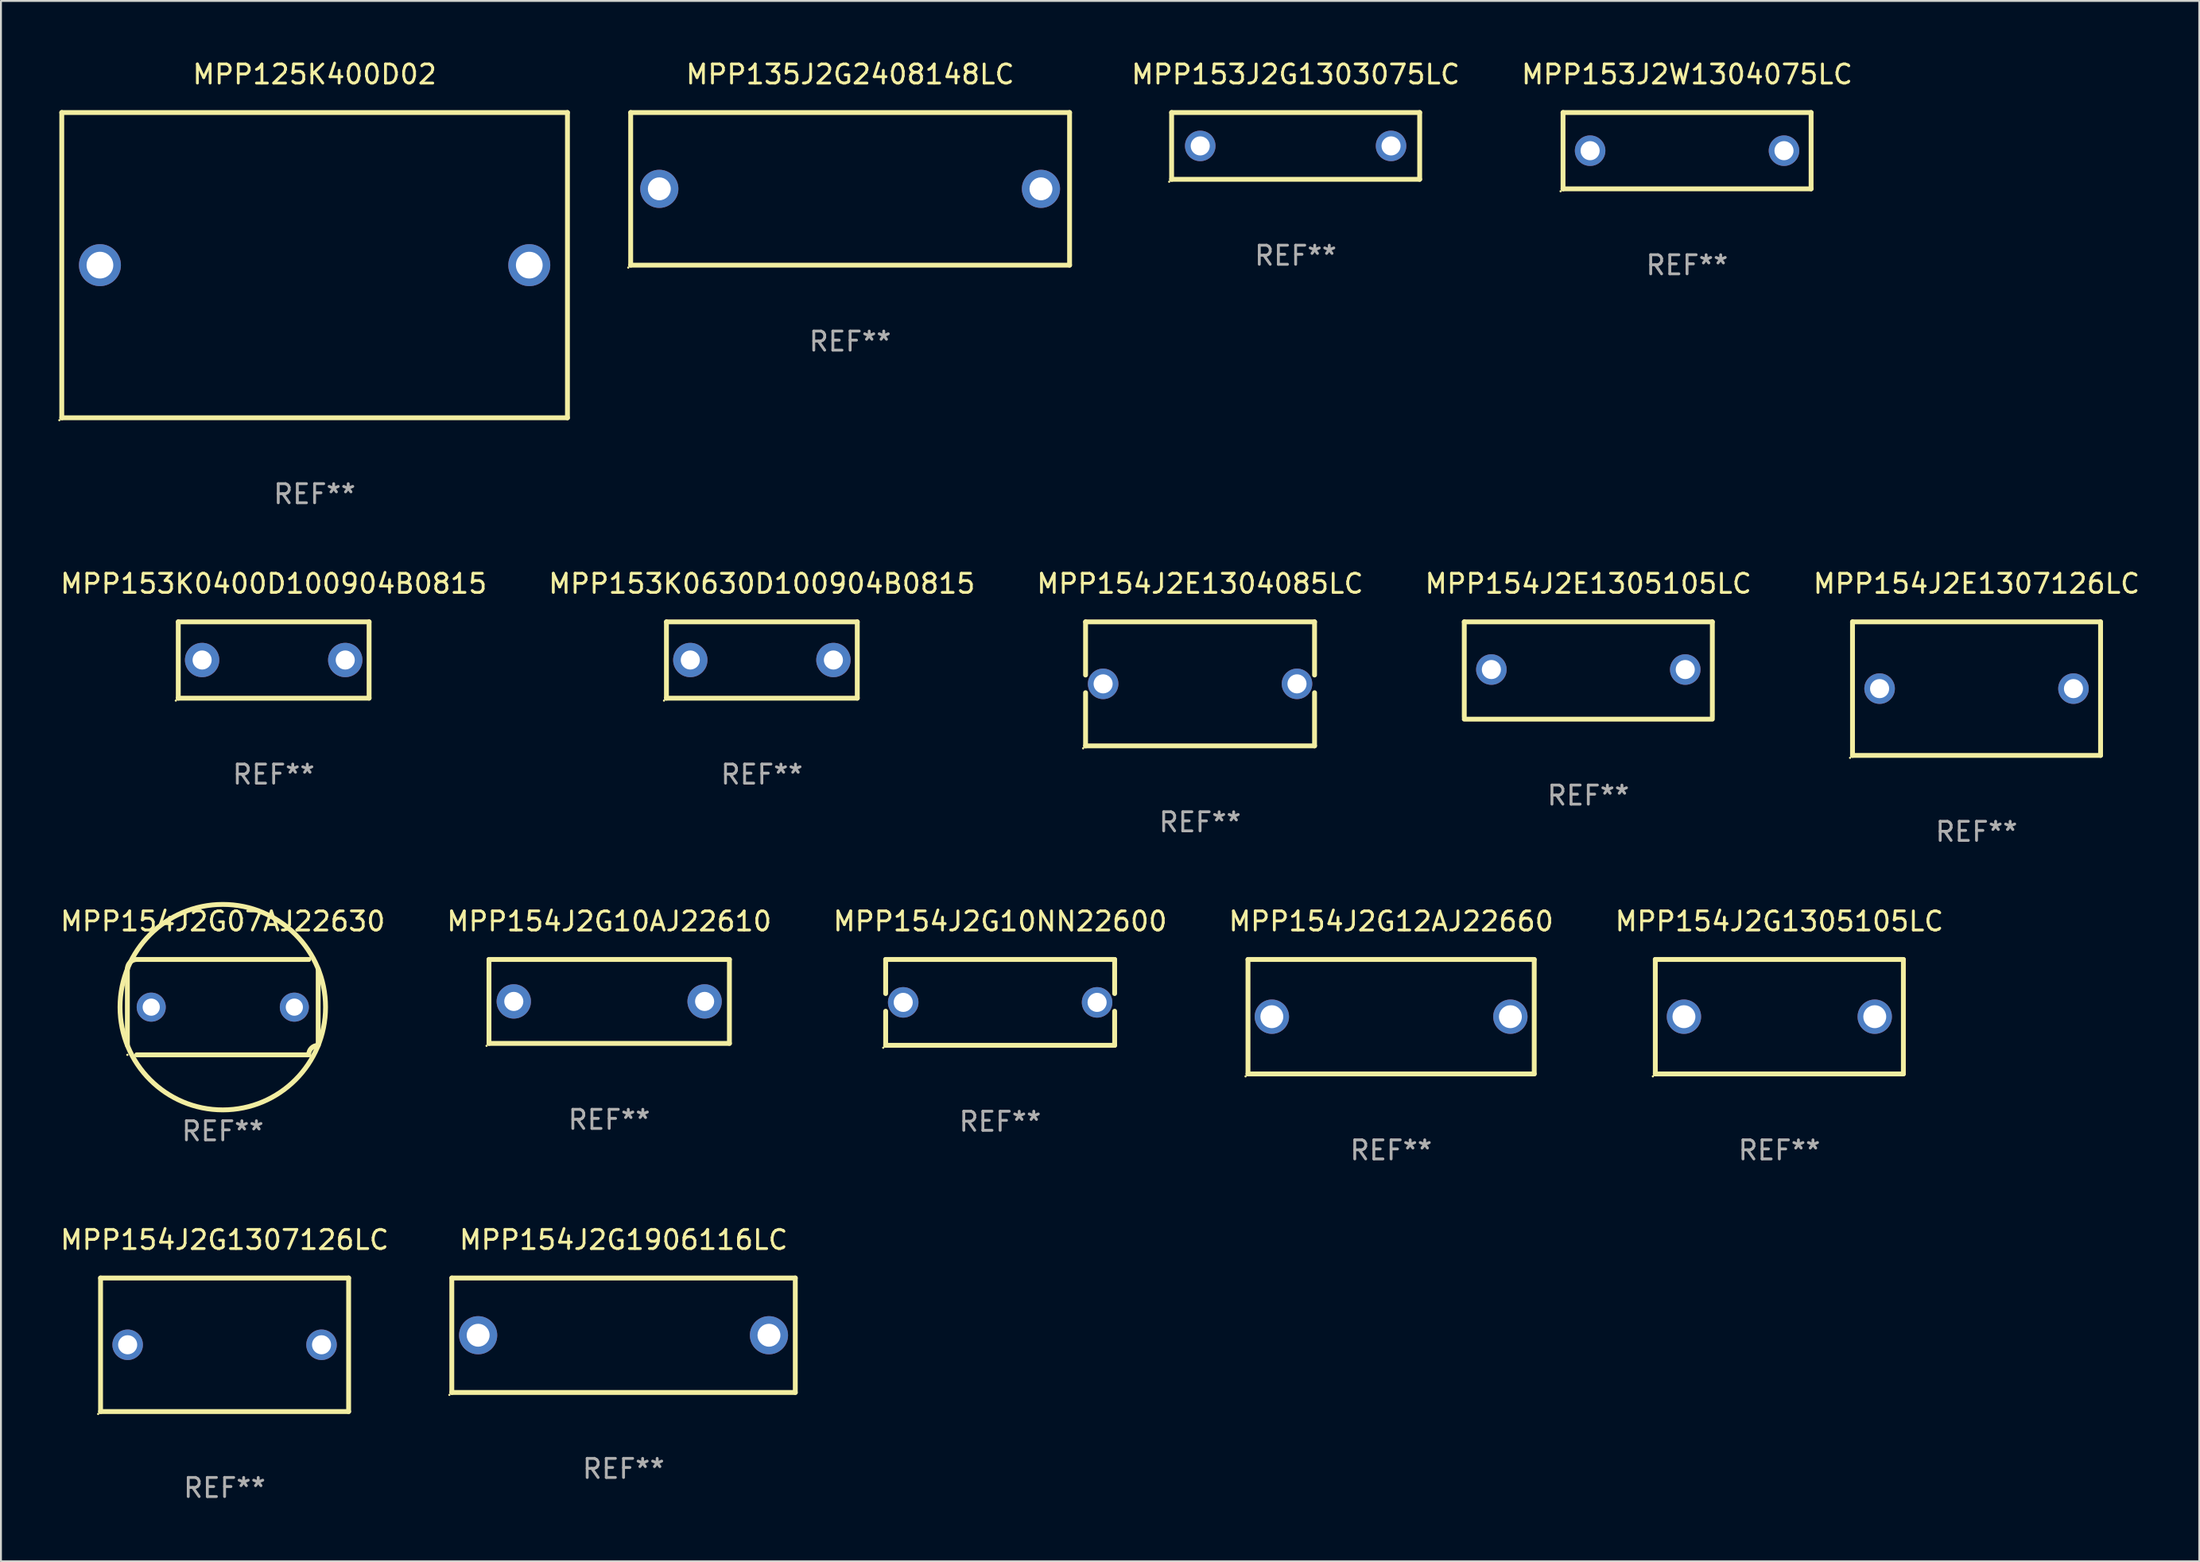
<source format=kicad_pcb>
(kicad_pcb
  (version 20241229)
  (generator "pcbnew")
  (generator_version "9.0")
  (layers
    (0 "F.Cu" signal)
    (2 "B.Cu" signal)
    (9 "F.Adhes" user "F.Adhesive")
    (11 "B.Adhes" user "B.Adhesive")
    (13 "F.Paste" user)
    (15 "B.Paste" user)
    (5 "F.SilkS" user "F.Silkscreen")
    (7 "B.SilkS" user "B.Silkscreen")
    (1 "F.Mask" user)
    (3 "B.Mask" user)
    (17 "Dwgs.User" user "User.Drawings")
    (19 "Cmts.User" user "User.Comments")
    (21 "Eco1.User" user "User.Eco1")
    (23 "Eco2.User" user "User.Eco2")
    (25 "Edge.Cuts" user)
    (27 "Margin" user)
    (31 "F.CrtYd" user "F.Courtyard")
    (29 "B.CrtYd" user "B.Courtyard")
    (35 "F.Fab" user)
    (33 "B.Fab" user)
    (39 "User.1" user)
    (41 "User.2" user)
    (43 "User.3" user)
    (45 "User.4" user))
  (footprint "MPP154J2G12AJ22660"
    (layer "F.Cu")
    (at 69.851 50.241)
    (property "Reference" "MPP154J2G12AJ22660" (at 0 -5 0) (layer "F.SilkS") (effects (font (size 1 1) (thickness 0.15))))
    (attr through_hole)
    (fp_line (start -7.5 -3) (end 7.5 -3) (stroke (width 0.254) (type solid)) (layer "F.SilkS"))
    (fp_line (start -7.5 3) (end -7.5 -3) (stroke (width 0.254) (type solid)) (layer "F.SilkS"))
    (fp_line (start 7.5 -3) (end 7.5 3) (stroke (width 0.254) (type solid)) (layer "F.SilkS"))
    (fp_line (start 7.5 3) (end -7.5 3) (stroke (width 0.254) (type solid)) (layer "F.SilkS"))
    (fp_circle (center -7.627 3.127) (end -7.597 3.127) (stroke (width 0.06) (type solid)) (fill no) (layer "F.SilkS"))
    (fp_text user "REF**" (at 0 7 0) (layer "F.Fab") (effects (font (size 1 1) (thickness 0.15))))
    (pad "1" thru_hole circle (at -6.25 0) (size 1.8 1.8) (drill 1.2) (layers "*.Cu" "*.Mask"))
    (pad "2" thru_hole circle (at 6.25 0) (size 1.8 1.8) (drill 1.2) (layers "*.Cu" "*.Mask")))
  (footprint "MPP154J2G1906116LC"
    (layer "F.Cu")
    (at 29.627 66.938)
    (property "Reference" "MPP154J2G1906116LC" (at 0 -5 0) (layer "F.SilkS") (effects (font (size 1 1) (thickness 0.15))))
    (attr through_hole)
    (fp_line (start -9 -3) (end 9 -3) (stroke (width 0.254) (type solid)) (layer "F.SilkS"))
    (fp_line (start -9 3) (end -9 -3) (stroke (width 0.254) (type solid)) (layer "F.SilkS"))
    (fp_line (start 9 -3) (end 9 3) (stroke (width 0.254) (type solid)) (layer "F.SilkS"))
    (fp_line (start 9 3) (end -9 3) (stroke (width 0.254) (type solid)) (layer "F.SilkS"))
    (fp_circle (center -9.127 3.127) (end -9.097 3.127) (stroke (width 0.06) (type solid)) (fill no) (layer "F.SilkS"))
    (fp_text user "REF**" (at 0 7 0) (layer "F.Fab") (effects (font (size 1 1) (thickness 0.15))))
    (pad "1" thru_hole circle (at -7.62 0) (size 2 2) (drill 1.2) (layers "*.Cu" "*.Mask"))
    (pad "2" thru_hole circle (at 7.62 0) (size 2 2) (drill 1.2) (layers "*.Cu" "*.Mask")))
  (footprint "MPP154J2E1305105LC"
    (layer "F.Cu")
    (at 80.185 32.095)
    (property "Reference" "MPP154J2E1305105LC" (at 0 -4.55 0) (layer "F.SilkS") (effects (font (size 1 1) (thickness 0.15))))
    (attr through_hole)
    (fp_line (start -6.5 -2.55) (end 6.5 -2.55) (stroke (width 0.254) (type solid)) (layer "F.SilkS"))
    (fp_line (start -6.5 2.45) (end -6.5 -2.55) (stroke (width 0.254) (type solid)) (layer "F.SilkS"))
    (fp_line (start 6.5 -2.55) (end 6.5 2.45) (stroke (width 0.254) (type solid)) (layer "F.SilkS"))
    (fp_line (start 6.5 2.55) (end -6.5 2.55) (stroke (width 0.254) (type solid)) (layer "F.SilkS"))
    (fp_circle (center -6.5 2.45) (end -6.47 2.45) (stroke (width 0.06) (type solid)) (fill no) (layer "F.SilkS"))
    (fp_text user "REF**" (at 0 6.55 0) (layer "F.Fab") (effects (font (size 1 1) (thickness 0.15))))
    (pad "1" thru_hole circle (at -5.08 -0.05) (size 1.6 1.6) (drill 1) (layers "*.Cu" "*.Mask"))
    (pad "2" thru_hole circle (at 5.08 -0.05) (size 1.6 1.6) (drill 1) (layers "*.Cu" "*.Mask")))
  (footprint "MPP154J2E1307126LC"
    (layer "F.Cu")
    (at 100.53 33.045)
    (property "Reference" "MPP154J2E1307126LC" (at 0 -5.5 0) (layer "F.SilkS") (effects (font (size 1 1) (thickness 0.15))))
    (attr through_hole)
    (fp_line (start -6.5 -3.5) (end 6.5 -3.5) (stroke (width 0.254) (type solid)) (layer "F.SilkS"))
    (fp_line (start -6.5 3.5) (end -6.5 -3.5) (stroke (width 0.254) (type solid)) (layer "F.SilkS"))
    (fp_line (start 6.5 -3.5) (end 6.5 3.5) (stroke (width 0.254) (type solid)) (layer "F.SilkS"))
    (fp_line (start 6.5 3.5) (end -6.5 3.5) (stroke (width 0.254) (type solid)) (layer "F.SilkS"))
    (fp_circle (center -6.627 3.627) (end -6.597 3.627) (stroke (width 0.06) (type solid)) (fill no) (layer "F.SilkS"))
    (fp_text user "REF**" (at 0 7.5 0) (layer "F.Fab") (effects (font (size 1 1) (thickness 0.15))))
    (pad "1" thru_hole circle (at -5.08 -0.000127) (size 1.6 1.6) (drill 1) (layers "*.Cu" "*.Mask"))
    (pad "2" thru_hole circle (at 5.08 -0.000127) (size 1.6 1.6) (drill 1) (layers "*.Cu" "*.Mask")))
  (footprint "MPP135J2G2408148LC"
    (layer "F.Cu")
    (at 41.501 6.848)
    (property "Reference" "MPP135J2G2408148LC" (at 0 -6 0) (layer "F.SilkS") (effects (font (size 1 1) (thickness 0.15))))
    (attr through_hole)
    (fp_line (start -11.5 -4) (end -11.5 4) (stroke (width 0.254) (type solid)) (layer "F.SilkS"))
    (fp_line (start -11.5 -4) (end 11.5 -4) (stroke (width 0.254) (type solid)) (layer "F.SilkS"))
    (fp_line (start -11.5 4) (end 11.5 4) (stroke (width 0.254) (type solid)) (layer "F.SilkS"))
    (fp_line (start 11.5 -4) (end 11.5 4) (stroke (width 0.254) (type solid)) (layer "F.SilkS"))
    (fp_circle (center -11.627 4.127) (end -11.597 4.127) (stroke (width 0.06) (type solid)) (fill no) (layer "F.SilkS"))
    (fp_text user "REF**" (at 0 8 0) (layer "F.Fab") (effects (font (size 1 1) (thickness 0.15))))
    (pad "1" thru_hole circle (at -10 0) (size 2 2) (drill 1.2) (layers "*.Cu" "*.Mask"))
    (pad "2" thru_hole circle (at 10 0) (size 2 2) (drill 1.2) (layers "*.Cu" "*.Mask")))
  (footprint "MPP154J2G07AJ22630"
    (layer "F.Cu")
    (at 8.625 49.741)
    (property "Reference" "MPP154J2G07AJ22630" (at 0 -4.5 0) (layer "F.SilkS") (effects (font (size 1 1) (thickness 0.15))))
    (attr through_hole)
    (fp_line (start -5 2) (end -5 -2) (stroke (width 0.254) (type solid)) (layer "F.SilkS"))
    (fp_line (start -4.5 -2.5) (end 4.5 -2.5) (stroke (width 0.254) (type solid)) (layer "F.SilkS"))
    (fp_line (start -4.5 2.5) (end -4.5 2.5) (stroke (width 0.254) (type solid)) (layer "F.SilkS"))
    (fp_line (start 4.5 -2.5) (end 4.5 -2.5) (stroke (width 0.254) (type solid)) (layer "F.SilkS"))
    (fp_line (start 4.5 2.5) (end -4.5 2.5) (stroke (width 0.254) (type solid)) (layer "F.SilkS"))
    (fp_line (start 5 -2) (end 5 2) (stroke (width 0.254) (type solid)) (layer "F.SilkS"))
    (fp_arc (start -5.000052 -2.000038) (mid -4.8536 -2.353579) (end -4.500051 -2.500013) (stroke (width 0.254001) (type solid)) (layer "F.SilkS"))
    (fp_arc (start -5 2.000013) (mid 4.999978 -1.999991) (end -5 2.000013) (stroke (width 0.254001) (type solid)) (layer "F.SilkS"))
    (fp_arc (start 4.500051 2.499987) (mid 4.646507 2.14645) (end 5.000052 2.000013) (stroke (width 0.254001) (type solid)) (layer "F.SilkS"))
    (fp_circle (center -5 2.5) (end -4.97 2.5) (stroke (width 0.06) (type solid)) (fill no) (layer "F.SilkS"))
    (fp_text user "REF**" (at 0 6.5 0) (layer "F.Fab") (effects (font (size 1 1) (thickness 0.15))))
    (pad "1" thru_hole circle (at -3.75 -0.000013) (size 1.524 1.524) (drill 0.9) (layers "*.Cu" "*.Mask"))
    (pad "2" thru_hole circle (at 3.75 -0.000013) (size 1.524 1.524) (drill 0.9) (layers "*.Cu" "*.Mask")))
  (footprint "MPP154J2G1305105LC"
    (layer "F.Cu")
    (at 90.196 50.241)
    (property "Reference" "MPP154J2G1305105LC" (at 0 -5 0) (layer "F.SilkS") (effects (font (size 1 1) (thickness 0.15))))
    (attr through_hole)
    (fp_line (start -6.5 -3) (end 6.5 -3) (stroke (width 0.254) (type solid)) (layer "F.SilkS"))
    (fp_line (start -6.5 3) (end -6.5 -3) (stroke (width 0.254) (type solid)) (layer "F.SilkS"))
    (fp_line (start -6.5 3) (end 6.5 3) (stroke (width 0.254) (type solid)) (layer "F.SilkS"))
    (fp_line (start 6.5 -3) (end 6.5 3) (stroke (width 0.254) (type solid)) (layer "F.SilkS"))
    (fp_circle (center -6.627 3.127) (end -6.597 3.127) (stroke (width 0.06) (type solid)) (fill no) (layer "F.SilkS"))
    (fp_text user "REF**" (at 0 7 0) (layer "F.Fab") (effects (font (size 1 1) (thickness 0.15))))
    (pad "1" thru_hole circle (at -5 0) (size 1.8 1.8) (drill 1.2) (layers "*.Cu" "*.Mask"))
    (pad "2" thru_hole circle (at 5 0) (size 1.8 1.8) (drill 1.2) (layers "*.Cu" "*.Mask")))
  (footprint "MPP154J2G10NN22600"
    (layer "F.Cu")
    (at 49.363 49.491)
    (property "Reference" "MPP154J2G10NN22600" (at 0 -4.25 0) (layer "F.SilkS") (effects (font (size 1 1) (thickness 0.15))))
    (attr through_hole)
    (fp_line (start -6 -2.25) (end -6 -0.463) (stroke (width 0.254) (type solid)) (layer "F.SilkS"))
    (fp_line (start -6 -2.25) (end 6 -2.25) (stroke (width 0.254) (type solid)) (layer "F.SilkS"))
    (fp_line (start -6 0.463) (end -6 2.25) (stroke (width 0.254) (type solid)) (layer "F.SilkS"))
    (fp_line (start 6 -2.25) (end 6 -0.463) (stroke (width 0.254) (type solid)) (layer "F.SilkS"))
    (fp_line (start 6 0.463) (end 6 2.25) (stroke (width 0.254) (type solid)) (layer "F.SilkS"))
    (fp_line (start 6 2.25) (end -6 2.25) (stroke (width 0.254) (type solid)) (layer "F.SilkS"))
    (fp_circle (center -6.127 2.377) (end -6.097 2.377) (stroke (width 0.06) (type solid)) (fill no) (layer "F.SilkS"))
    (fp_text user "REF**" (at 0 6.25 0) (layer "F.Fab") (effects (font (size 1 1) (thickness 0.15))))
    (pad "1" thru_hole circle (at -5.08 0) (size 1.6 1.6) (drill 1) (layers "*.Cu" "*.Mask"))
    (pad "2" thru_hole circle (at 5.08 0) (size 1.6 1.6) (drill 1) (layers "*.Cu" "*.Mask")))
  (footprint "MPP153K0630D100904B0815"
    (layer "F.Cu")
    (at 36.875 31.545)
    (property "Reference" "MPP153K0630D100904B0815" (at 0 -4 0) (layer "F.SilkS") (effects (font (size 1 1) (thickness 0.15))))
    (attr through_hole)
    (fp_line (start -5 -2) (end 5 -2) (stroke (width 0.254) (type solid)) (layer "F.SilkS"))
    (fp_line (start -5 2) (end -5 -2) (stroke (width 0.254) (type solid)) (layer "F.SilkS"))
    (fp_line (start 5 -2) (end 5 2) (stroke (width 0.254) (type solid)) (layer "F.SilkS"))
    (fp_line (start 5 2) (end -5 2) (stroke (width 0.254) (type solid)) (layer "F.SilkS"))
    (fp_circle (center -5.127 2.127) (end -5.097 2.127) (stroke (width 0.06) (type solid)) (fill no) (layer "F.SilkS"))
    (fp_text user "REF**" (at 0 6 0) (layer "F.Fab") (effects (font (size 1 1) (thickness 0.15))))
    (pad "1" thru_hole circle (at -3.75 0) (size 1.8 1.8) (drill 1) (layers "*.Cu" "*.Mask"))
    (pad "2" thru_hole circle (at 3.75 0) (size 1.8 1.8) (drill 1) (layers "*.Cu" "*.Mask")))
  (footprint "MPP153K0400D100904B0815"
    (layer "F.Cu")
    (at 11.292 31.545)
    (property "Reference" "MPP153K0400D100904B0815" (at 0 -4 0) (layer "F.SilkS") (effects (font (size 1 1) (thickness 0.15))))
    (attr through_hole)
    (fp_line (start -5 -2) (end 5 -2) (stroke (width 0.254) (type solid)) (layer "F.SilkS"))
    (fp_line (start -5 2) (end -5 -2) (stroke (width 0.254) (type solid)) (layer "F.SilkS"))
    (fp_line (start 5 -2) (end 5 2) (stroke (width 0.254) (type solid)) (layer "F.SilkS"))
    (fp_line (start 5 2) (end -5 2) (stroke (width 0.254) (type solid)) (layer "F.SilkS"))
    (fp_circle (center -5.127 2.127) (end -5.097 2.127) (stroke (width 0.06) (type solid)) (fill no) (layer "F.SilkS"))
    (fp_text user "REF**" (at 0 6 0) (layer "F.Fab") (effects (font (size 1 1) (thickness 0.15))))
    (pad "1" thru_hole circle (at -3.75 0) (size 1.8 1.8) (drill 1) (layers "*.Cu" "*.Mask"))
    (pad "2" thru_hole circle (at 3.75 0) (size 1.8 1.8) (drill 1) (layers "*.Cu" "*.Mask")))
  (footprint "MPP153J2W1304075LC"
    (layer "F.Cu")
    (at 85.36 4.848)
    (property "Reference" "MPP153J2W1304075LC" (at 0 -4 0) (layer "F.SilkS") (effects (font (size 1 1) (thickness 0.15))))
    (attr through_hole)
    (fp_line (start -6.5 -2) (end 6.5 -2) (stroke (width 0.254) (type solid)) (layer "F.SilkS"))
    (fp_line (start -6.5 2) (end -6.5 -2) (stroke (width 0.254) (type solid)) (layer "F.SilkS"))
    (fp_line (start 6.5 -2) (end 6.5 2) (stroke (width 0.254) (type solid)) (layer "F.SilkS"))
    (fp_line (start 6.5 2) (end -6.5 2) (stroke (width 0.254) (type solid)) (layer "F.SilkS"))
    (fp_circle (center -6.627 2.127) (end -6.597 2.127) (stroke (width 0.06) (type solid)) (fill no) (layer "F.SilkS"))
    (fp_text user "REF**" (at 0 6 0) (layer "F.Fab") (effects (font (size 1 1) (thickness 0.15))))
    (pad "1" thru_hole circle (at -5.08 0) (size 1.6 1.6) (drill 1) (layers "*.Cu" "*.Mask"))
    (pad "2" thru_hole circle (at 5.08 0) (size 1.6 1.6) (drill 1) (layers "*.Cu" "*.Mask")))
  (footprint "MPP154J2G10AJ22610"
    (layer "F.Cu")
    (at 28.875 49.441)
    (property "Reference" "MPP154J2G10AJ22610" (at 0 -4.2 0) (layer "F.SilkS") (effects (font (size 1 1) (thickness 0.15))))
    (attr through_hole)
    (fp_line (start -6.3 -2.2) (end 6.3 -2.2) (stroke (width 0.254) (type solid)) (layer "F.SilkS"))
    (fp_line (start -6.3 2.2) (end -6.3 -2.2) (stroke (width 0.254) (type solid)) (layer "F.SilkS"))
    (fp_line (start 6.3 -2.2) (end 6.3 2.2) (stroke (width 0.254) (type solid)) (layer "F.SilkS"))
    (fp_line (start 6.3 2.2) (end -6.3 2.2) (stroke (width 0.254) (type solid)) (layer "F.SilkS"))
    (fp_circle (center -6.427 2.327) (end -6.397 2.327) (stroke (width 0.06) (type solid)) (fill no) (layer "F.SilkS"))
    (fp_text user "REF**" (at 0 6.2 0) (layer "F.Fab") (effects (font (size 1 1) (thickness 0.15))))
    (pad "1" thru_hole circle (at -5 0) (size 1.8 1.8) (drill 1) (layers "*.Cu" "*.Mask"))
    (pad "2" thru_hole circle (at 5 0) (size 1.8 1.8) (drill 1) (layers "*.Cu" "*.Mask")))
  (footprint "MPP153J2G1303075LC"
    (layer "F.Cu")
    (at 64.848 4.598)
    (property "Reference" "MPP153J2G1303075LC" (at 0 -3.75 0) (layer "F.SilkS") (effects (font (size 1 1) (thickness 0.15))))
    (attr through_hole)
    (fp_line (start -6.5 -1.75) (end 6.5 -1.75) (stroke (width 0.254) (type solid)) (layer "F.SilkS"))
    (fp_line (start -6.5 1.75) (end -6.5 -1.75) (stroke (width 0.254) (type solid)) (layer "F.SilkS"))
    (fp_line (start 6.5 -1.75) (end 6.5 1.75) (stroke (width 0.254) (type solid)) (layer "F.SilkS"))
    (fp_line (start 6.5 1.75) (end -6.5 1.75) (stroke (width 0.254) (type solid)) (layer "F.SilkS"))
    (fp_circle (center -6.627 1.877) (end -6.597 1.877) (stroke (width 0.06) (type solid)) (fill no) (layer "F.SilkS"))
    (fp_text user "REF**" (at 0 5.75 0) (layer "F.Fab") (effects (font (size 1 1) (thickness 0.15))))
    (pad "1" thru_hole circle (at -5 0) (size 1.6 1.6) (drill 1) (layers "*.Cu" "*.Mask"))
    (pad "2" thru_hole circle (at 5 0) (size 1.6 1.6) (drill 1) (layers "*.Cu" "*.Mask")))
  (footprint "MPP125K400D02"
    (layer "F.Cu")
    (at 13.437 10.848)
    (property "Reference" "MPP125K400D02" (at 0 -10 0) (layer "F.SilkS") (effects (font (size 1 1) (thickness 0.15))))
    (attr through_hole)
    (fp_line (start -13.25 -8) (end -13.25 8) (stroke (width 0.254) (type solid)) (layer "F.SilkS"))
    (fp_line (start -13.25 -8) (end 13.25 -8) (stroke (width 0.254) (type solid)) (layer "F.SilkS"))
    (fp_line (start 13.25 -8) (end 13.25 8) (stroke (width 0.254) (type solid)) (layer "F.SilkS"))
    (fp_line (start 13.25 8) (end -13.25 8) (stroke (width 0.254) (type solid)) (layer "F.SilkS"))
    (fp_circle (center -13.377 8.127) (end -13.347 8.127) (stroke (width 0.06) (type solid)) (fill no) (layer "F.SilkS"))
    (fp_text user "REF**" (at 0 12 0) (layer "F.Fab") (effects (font (size 1 1) (thickness 0.15))))
    (pad "1" thru_hole circle (at -11.25 0) (size 2.2 2.2) (drill 1.4) (layers "*.Cu" "*.Mask"))
    (pad "2" thru_hole circle (at 11.25 0) (size 2.2 2.2) (drill 1.4) (layers "*.Cu" "*.Mask")))
  (footprint "MPP154J2E1304085LC"
    (layer "F.Cu")
    (at 59.839 32.795)
    (property "Reference" "MPP154J2E1304085LC" (at 0 -5.25 0) (layer "F.SilkS") (effects (font (size 1 1) (thickness 0.15))))
    (attr through_hole)
    (fp_line (start -6 -3.25) (end 6 -3.25) (stroke (width 0.254) (type solid)) (layer "F.SilkS"))
    (fp_line (start -6 -0.463) (end -6 -3.25) (stroke (width 0.254) (type solid)) (layer "F.SilkS"))
    (fp_line (start -6 3.25) (end -6 0.463) (stroke (width 0.254) (type solid)) (layer "F.SilkS"))
    (fp_line (start 6 -3.25) (end 6 -0.463) (stroke (width 0.254) (type solid)) (layer "F.SilkS"))
    (fp_line (start 6 0.463) (end 6 3.25) (stroke (width 0.254) (type solid)) (layer "F.SilkS"))
    (fp_line (start 6 3.25) (end -6 3.25) (stroke (width 0.254) (type solid)) (layer "F.SilkS"))
    (fp_circle (center -6.127 3.377) (end -6.097 3.377) (stroke (width 0.06) (type solid)) (fill no) (layer "F.SilkS"))
    (fp_text user "REF**" (at 0 7.25 0) (layer "F.Fab") (effects (font (size 1 1) (thickness 0.15))))
    (pad "1" thru_hole circle (at -5.08 -0.000013) (size 1.6 1.6) (drill 1) (layers "*.Cu" "*.Mask"))
    (pad "2" thru_hole circle (at 5.08 -0.000013) (size 1.6 1.6) (drill 1) (layers "*.Cu" "*.Mask")))
  (footprint "MPP154J2G1307126LC"
    (layer "F.Cu")
    (at 8.72 67.438)
    (property "Reference" "MPP154J2G1307126LC" (at 0 -5.5 0) (layer "F.SilkS") (effects (font (size 1 1) (thickness 0.15))))
    (attr through_hole)
    (fp_line (start -6.5 -3.5) (end 6.5 -3.5) (stroke (width 0.254) (type solid)) (layer "F.SilkS"))
    (fp_line (start -6.5 3.5) (end -6.5 -3.5) (stroke (width 0.254) (type solid)) (layer "F.SilkS"))
    (fp_line (start 6.5 -3.5) (end 6.5 3.5) (stroke (width 0.254) (type solid)) (layer "F.SilkS"))
    (fp_line (start 6.5 3.5) (end -6.5 3.5) (stroke (width 0.254) (type solid)) (layer "F.SilkS"))
    (fp_circle (center -6.627 3.627) (end -6.597 3.627) (stroke (width 0.06) (type solid)) (fill no) (layer "F.SilkS"))
    (fp_text user "REF**" (at 0 7.5 0) (layer "F.Fab") (effects (font (size 1 1) (thickness 0.15))))
    (pad "1" thru_hole circle (at -5.08 -0.000127) (size 1.6 1.6) (drill 1) (layers "*.Cu" "*.Mask"))
    (pad "2" thru_hole circle (at 5.08 -0.000127) (size 1.6 1.6) (drill 1) (layers "*.Cu" "*.Mask")))
  (gr_rect
    (start -3 -3)
    (end 112.202 78.786)
    (stroke (width 0.1) (type default))
    (fill no)
    (layer "Edge.Cuts")))
</source>
